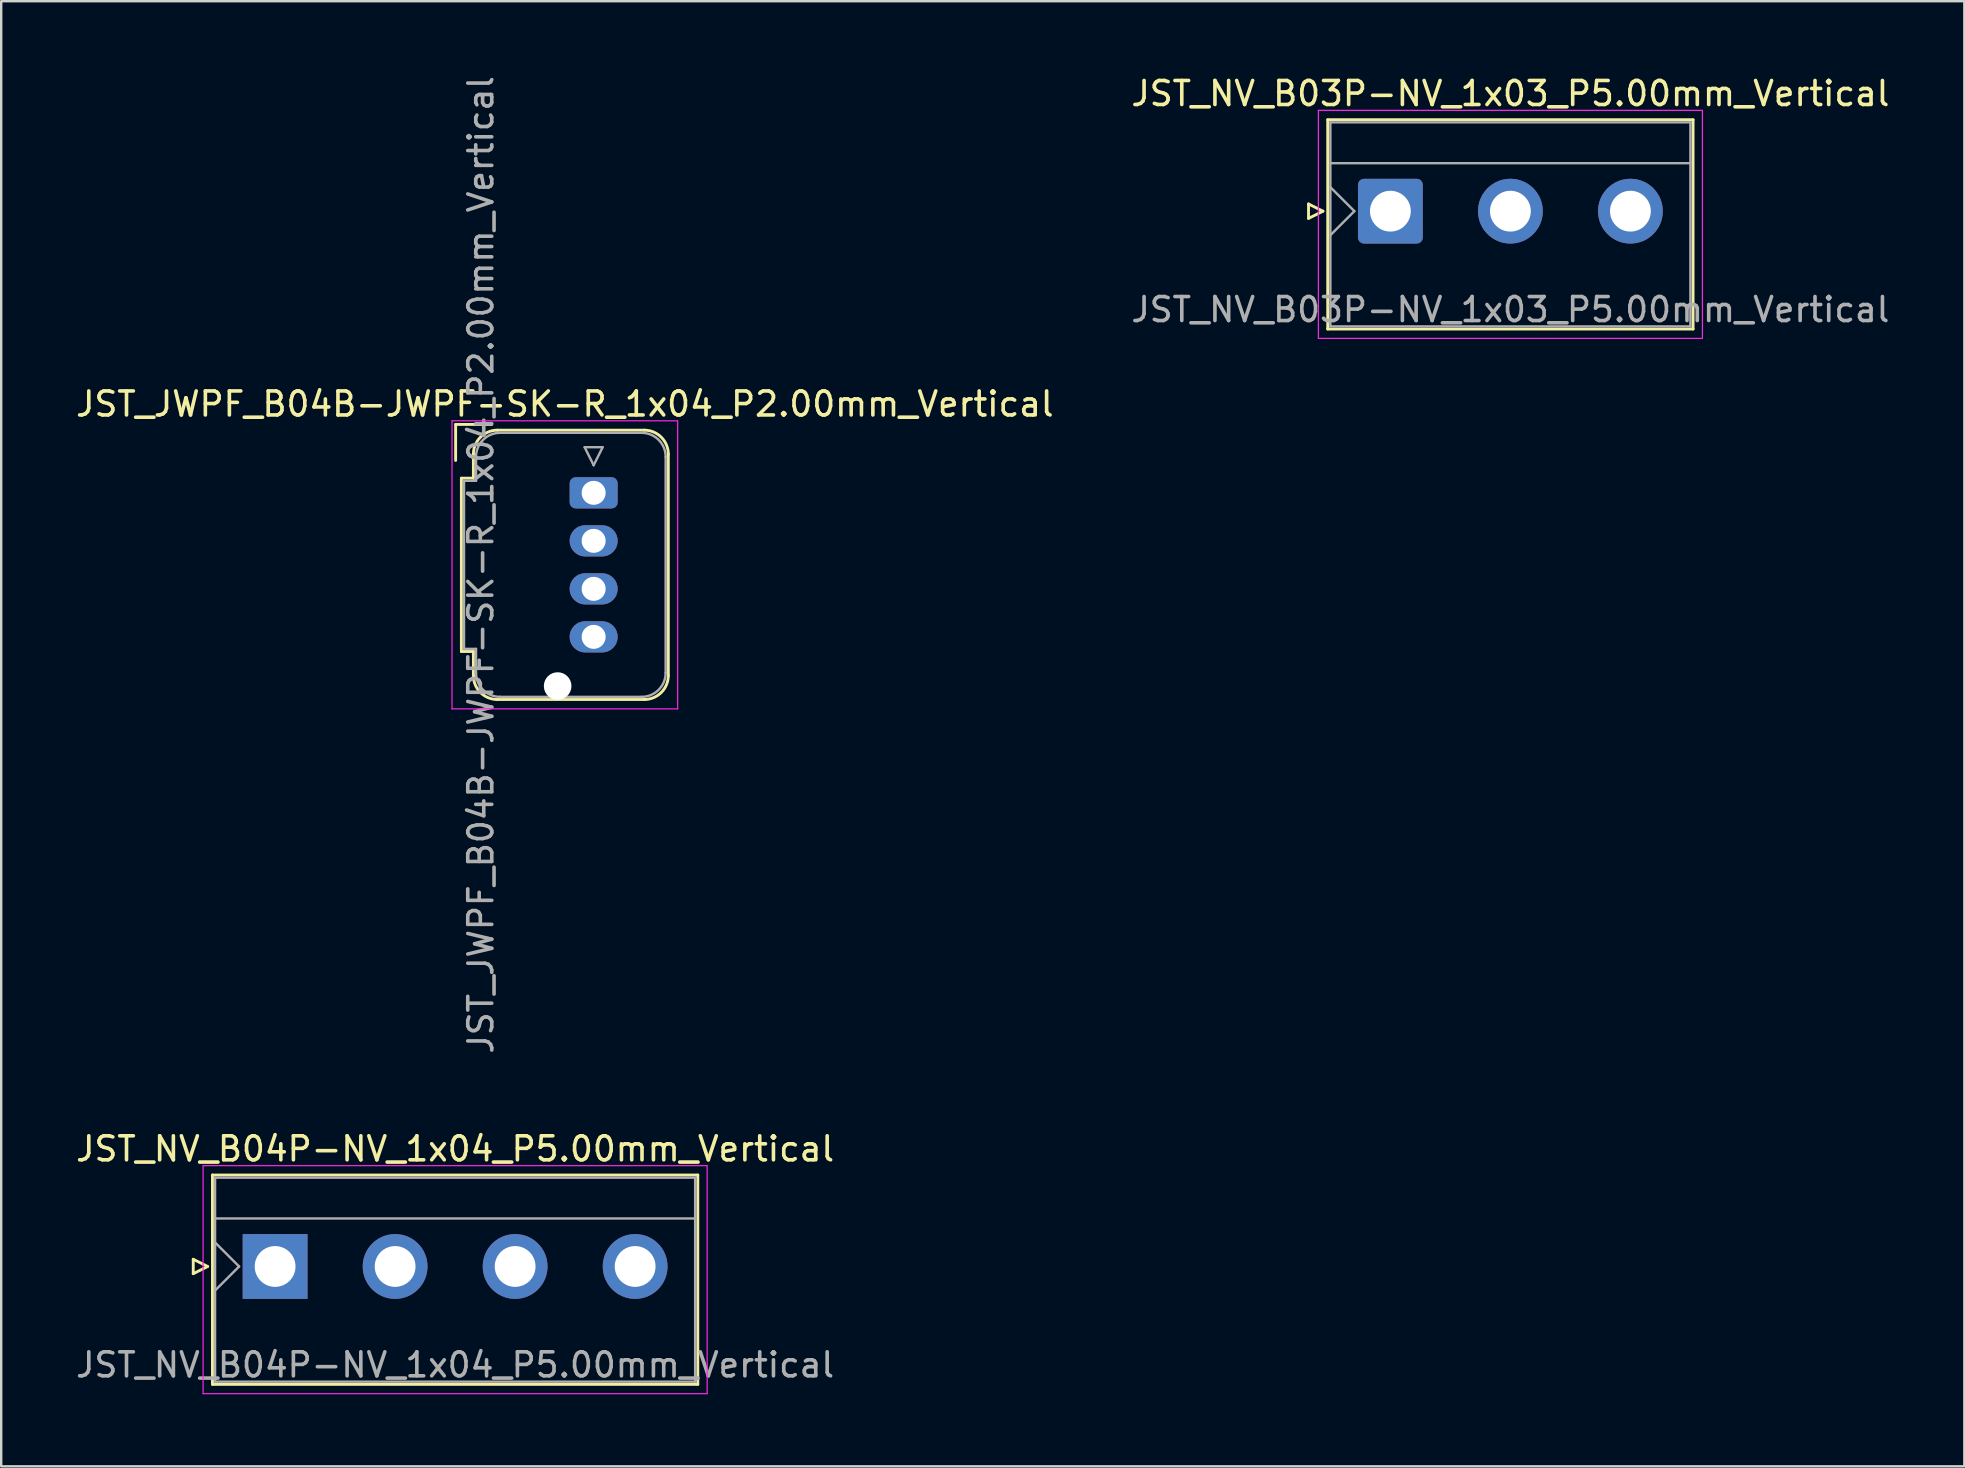
<source format=kicad_pcb>
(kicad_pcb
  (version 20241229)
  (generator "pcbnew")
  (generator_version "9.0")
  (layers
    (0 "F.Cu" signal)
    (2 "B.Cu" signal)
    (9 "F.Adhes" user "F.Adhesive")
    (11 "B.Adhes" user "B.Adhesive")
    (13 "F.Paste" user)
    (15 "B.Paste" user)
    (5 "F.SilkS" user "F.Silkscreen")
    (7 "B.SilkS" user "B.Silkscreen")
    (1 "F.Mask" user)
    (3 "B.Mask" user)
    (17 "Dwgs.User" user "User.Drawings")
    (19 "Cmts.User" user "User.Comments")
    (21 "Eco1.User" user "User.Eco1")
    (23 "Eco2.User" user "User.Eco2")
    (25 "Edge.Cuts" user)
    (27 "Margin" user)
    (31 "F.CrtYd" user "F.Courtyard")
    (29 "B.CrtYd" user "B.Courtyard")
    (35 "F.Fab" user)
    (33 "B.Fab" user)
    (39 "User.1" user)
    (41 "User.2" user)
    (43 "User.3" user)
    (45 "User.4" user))
  (footprint "JST_JWPF_B04B-JWPF-SK-R_1x04_P2.00mm_Vertical"
    (layer "F.Cu")
    (at 21.682 17.482)
    (property "Reference" "JST_JWPF_B04B-JWPF-SK-R_1x04_P2.00mm_Vertical" (at -1.2 -3.7 0) (layer "F.SilkS") (effects (font (size 1 1) (thickness 0.15))))
    (attr through_hole)
    (fp_line (start -5.75 -2.85) (end -4.25 -2.85) (stroke (width 0.12) (type solid)) (layer "F.SilkS"))
    (fp_line (start -5.75 -1.35) (end -5.75 -2.85) (stroke (width 0.12) (type solid)) (layer "F.SilkS"))
    (fp_line (start -5.51 -0.61) (end -5.51 6.61) (stroke (width 0.12) (type solid)) (layer "F.SilkS"))
    (fp_line (start -5.51 6.61) (end -5.01 6.61) (stroke (width 0.12) (type solid)) (layer "F.SilkS"))
    (fp_line (start -5.01 -1.61) (end -5.01 -0.61) (stroke (width 0.12) (type solid)) (layer "F.SilkS"))
    (fp_line (start -5.01 -0.61) (end -5.51 -0.61) (stroke (width 0.12) (type solid)) (layer "F.SilkS"))
    (fp_line (start -5.01 6.61) (end -5.01 7.61) (stroke (width 0.12) (type solid)) (layer "F.SilkS"))
    (fp_line (start -4.01 -2.61) (end 2.11 -2.61) (stroke (width 0.12) (type solid)) (layer "F.SilkS"))
    (fp_line (start -4.01 8.61) (end 2.11 8.61) (stroke (width 0.12) (type solid)) (layer "F.SilkS"))
    (fp_line (start 3.11 -1.61) (end 3.11 7.61) (stroke (width 0.12) (type solid)) (layer "F.SilkS"))
    (fp_arc (start -5.01 -1.61) (mid -4.717107 -2.317107) (end -4.01 -2.61) (stroke (width 0.12) (type solid)) (layer "F.SilkS"))
    (fp_arc (start -4.01 8.61) (mid -4.717107 8.317107) (end -5.01 7.61) (stroke (width 0.12) (type solid)) (layer "F.SilkS"))
    (fp_arc (start 2.11 -2.61) (mid 2.817107 -2.317107) (end 3.11 -1.61) (stroke (width 0.12) (type solid)) (layer "F.SilkS"))
    (fp_arc (start 3.11 7.61) (mid 2.817107 8.317107) (end 2.11 8.61) (stroke (width 0.12) (type solid)) (layer "F.SilkS"))
    (fp_line (start -5.9 -3) (end -5.9 9) (stroke (width 0.05) (type solid)) (layer "F.CrtYd"))
    (fp_line (start -5.9 9) (end 3.5 9) (stroke (width 0.05) (type solid)) (layer "F.CrtYd"))
    (fp_line (start 3.5 -3) (end -5.9 -3) (stroke (width 0.05) (type solid)) (layer "F.CrtYd"))
    (fp_line (start 3.5 9) (end 3.5 -3) (stroke (width 0.05) (type solid)) (layer "F.CrtYd"))
    (fp_line (start -5.4 -0.5) (end -5.4 6.5) (stroke (width 0.1) (type solid)) (layer "F.Fab"))
    (fp_line (start -5.4 6.5) (end -4.9 6.5) (stroke (width 0.1) (type solid)) (layer "F.Fab"))
    (fp_line (start -4.9 -1.5) (end -4.9 -0.5) (stroke (width 0.1) (type solid)) (layer "F.Fab"))
    (fp_line (start -4.9 -0.5) (end -5.4 -0.5) (stroke (width 0.1) (type solid)) (layer "F.Fab"))
    (fp_line (start -4.9 6.5) (end -4.9 7.5) (stroke (width 0.1) (type solid)) (layer "F.Fab"))
    (fp_line (start -3.9 -2.5) (end 2 -2.5) (stroke (width 0.1) (type solid)) (layer "F.Fab"))
    (fp_line (start -3.9 8.5) (end 2 8.5) (stroke (width 0.1) (type solid)) (layer "F.Fab"))
    (fp_line (start -0.375 -1.9) (end 0.375 -1.9) (stroke (width 0.1) (type solid)) (layer "F.Fab"))
    (fp_line (start 0 -1.15) (end -0.375 -1.9) (stroke (width 0.1) (type solid)) (layer "F.Fab"))
    (fp_line (start 0.375 -1.9) (end 0 -1.15) (stroke (width 0.1) (type solid)) (layer "F.Fab"))
    (fp_line (start 3 -1.5) (end 3 7.5) (stroke (width 0.1) (type solid)) (layer "F.Fab"))
    (fp_arc (start -4.9 -1.5) (mid -4.607107 -2.207107) (end -3.9 -2.5) (stroke (width 0.1) (type solid)) (layer "F.Fab"))
    (fp_arc (start -3.9 8.5) (mid -4.607107 8.207107) (end -4.9 7.5) (stroke (width 0.1) (type solid)) (layer "F.Fab"))
    (fp_arc (start 2 -2.5) (mid 2.707107 -2.207107) (end 3 -1.5) (stroke (width 0.1) (type solid)) (layer "F.Fab"))
    (fp_arc (start 3 7.5) (mid 2.707107 8.207107) (end 2 8.5) (stroke (width 0.1) (type solid)) (layer "F.Fab"))
    (fp_text user "${REFERENCE}" (at -4.7 3 90) (layer "F.Fab") (effects (font (size 1 1) (thickness 0.15))))
    (pad "" np_thru_hole circle (at -1.5 8.05) (size 1.15 1.15) (drill 1.15) (layers "*.Cu" "*.Mask"))
    (pad "1" thru_hole roundrect (at 0 0) (size 2 1.3) (drill 1) (layers "*.Cu" "*.Mask") (roundrect_rratio 0.192))
    (pad "2" thru_hole oval (at 0 2) (size 2 1.3) (drill 1) (layers "*.Cu" "*.Mask"))
    (pad "3" thru_hole oval (at 0 4) (size 2 1.3) (drill 1) (layers "*.Cu" "*.Mask"))
    (pad "4" thru_hole oval (at 0 6) (size 2 1.3) (drill 1) (layers "*.Cu" "*.Mask")))
  (footprint "JST_NV_B04P-NV_1x04_P5.00mm_Vertical"
    (layer "F.Cu")
    (at 8.411 49.713)
    (property "Reference" "JST_NV_B04P-NV_1x04_P5.00mm_Vertical" (at 7.5 -4.9 0) (layer "F.SilkS") (effects (font (size 1 1) (thickness 0.15))))
    (attr through_hole)
    (fp_line (start -3.41 -0.3) (end -2.81 0) (stroke (width 0.12) (type solid)) (layer "F.SilkS"))
    (fp_line (start -3.41 0.3) (end -3.41 -0.3) (stroke (width 0.12) (type solid)) (layer "F.SilkS"))
    (fp_line (start -2.81 0) (end -3.41 0.3) (stroke (width 0.12) (type solid)) (layer "F.SilkS"))
    (fp_line (start -2.61 -3.81) (end -2.61 4.91) (stroke (width 0.12) (type solid)) (layer "F.SilkS"))
    (fp_line (start -2.61 4.91) (end 17.61 4.91) (stroke (width 0.12) (type solid)) (layer "F.SilkS"))
    (fp_line (start 17.61 -3.81) (end -2.61 -3.81) (stroke (width 0.12) (type solid)) (layer "F.SilkS"))
    (fp_line (start 17.61 4.91) (end 17.61 -3.81) (stroke (width 0.12) (type solid)) (layer "F.SilkS"))
    (fp_line (start -3 -4.2) (end -3 5.3) (stroke (width 0.05) (type solid)) (layer "F.CrtYd"))
    (fp_line (start -3 5.3) (end 18 5.3) (stroke (width 0.05) (type solid)) (layer "F.CrtYd"))
    (fp_line (start 18 -4.2) (end -3 -4.2) (stroke (width 0.05) (type solid)) (layer "F.CrtYd"))
    (fp_line (start 18 5.3) (end 18 -4.2) (stroke (width 0.05) (type solid)) (layer "F.CrtYd"))
    (fp_line (start -2.5 -3.7) (end -2.5 4.8) (stroke (width 0.1) (type solid)) (layer "F.Fab"))
    (fp_line (start -2.5 -2) (end 17.5 -2) (stroke (width 0.1) (type solid)) (layer "F.Fab"))
    (fp_line (start -2.5 -1) (end -1.5 0) (stroke (width 0.1) (type solid)) (layer "F.Fab"))
    (fp_line (start -2.5 1) (end -1.5 0) (stroke (width 0.1) (type solid)) (layer "F.Fab"))
    (fp_line (start -2.5 4.8) (end 17.5 4.8) (stroke (width 0.1) (type solid)) (layer "F.Fab"))
    (fp_line (start 17.5 -3.7) (end -2.5 -3.7) (stroke (width 0.1) (type solid)) (layer "F.Fab"))
    (fp_line (start 17.5 4.8) (end 17.5 -3.7) (stroke (width 0.1) (type solid)) (layer "F.Fab"))
    (fp_text user "${REFERENCE}" (at 7.5 4.1 0) (layer "F.Fab") (effects (font (size 1 1) (thickness 0.15))))
    (pad "1" thru_hole rect (at 0 0) (size 2.7 2.7) (drill 1.7) (layers "*.Cu" "*.Mask"))
    (pad "2" thru_hole circle (at 5 0) (size 2.7 2.7) (drill 1.7) (layers "*.Cu" "*.Mask"))
    (pad "3" thru_hole circle (at 10 0) (size 2.7 2.7) (drill 1.7) (layers "*.Cu" "*.Mask"))
    (pad "4" thru_hole circle (at 15 0) (size 2.7 2.7) (drill 1.7) (layers "*.Cu" "*.Mask")))
  (footprint "JST_NV_B03P-NV_1x03_P5.00mm_Vertical"
    (layer "F.Cu")
    (at 54.875 5.748)
    (property "Reference" "JST_NV_B03P-NV_1x03_P5.00mm_Vertical" (at 5 -4.9 0) (layer "F.SilkS") (effects (font (size 1 1) (thickness 0.15))))
    (attr through_hole)
    (fp_line (start -3.41 -0.3) (end -2.81 0) (stroke (width 0.12) (type solid)) (layer "F.SilkS"))
    (fp_line (start -3.41 0.3) (end -3.41 -0.3) (stroke (width 0.12) (type solid)) (layer "F.SilkS"))
    (fp_line (start -2.81 0) (end -3.41 0.3) (stroke (width 0.12) (type solid)) (layer "F.SilkS"))
    (fp_line (start -2.61 -3.81) (end -2.61 4.91) (stroke (width 0.12) (type solid)) (layer "F.SilkS"))
    (fp_line (start -2.61 4.91) (end 12.61 4.91) (stroke (width 0.12) (type solid)) (layer "F.SilkS"))
    (fp_line (start 12.61 -3.81) (end -2.61 -3.81) (stroke (width 0.12) (type solid)) (layer "F.SilkS"))
    (fp_line (start 12.61 4.91) (end 12.61 -3.81) (stroke (width 0.12) (type solid)) (layer "F.SilkS"))
    (fp_line (start -3 -4.2) (end -3 5.3) (stroke (width 0.05) (type solid)) (layer "F.CrtYd"))
    (fp_line (start -3 5.3) (end 13 5.3) (stroke (width 0.05) (type solid)) (layer "F.CrtYd"))
    (fp_line (start 13 -4.2) (end -3 -4.2) (stroke (width 0.05) (type solid)) (layer "F.CrtYd"))
    (fp_line (start 13 5.3) (end 13 -4.2) (stroke (width 0.05) (type solid)) (layer "F.CrtYd"))
    (fp_line (start -2.5 -3.7) (end -2.5 4.8) (stroke (width 0.1) (type solid)) (layer "F.Fab"))
    (fp_line (start -2.5 -2) (end 12.5 -2) (stroke (width 0.1) (type solid)) (layer "F.Fab"))
    (fp_line (start -2.5 -1) (end -1.5 0) (stroke (width 0.1) (type solid)) (layer "F.Fab"))
    (fp_line (start -2.5 1) (end -1.5 0) (stroke (width 0.1) (type solid)) (layer "F.Fab"))
    (fp_line (start -2.5 4.8) (end 12.5 4.8) (stroke (width 0.1) (type solid)) (layer "F.Fab"))
    (fp_line (start 12.5 -3.7) (end -2.5 -3.7) (stroke (width 0.1) (type solid)) (layer "F.Fab"))
    (fp_line (start 12.5 4.8) (end 12.5 -3.7) (stroke (width 0.1) (type solid)) (layer "F.Fab"))
    (fp_text user "${REFERENCE}" (at 5 4.1 0) (layer "F.Fab") (effects (font (size 1 1) (thickness 0.15))))
    (pad "1" thru_hole roundrect (at 0 0) (size 2.7 2.7) (drill 1.7) (layers "*.Cu" "*.Mask") (roundrect_rratio 0.093))
    (pad "2" thru_hole circle (at 5 0) (size 2.7 2.7) (drill 1.7) (layers "*.Cu" "*.Mask"))
    (pad "3" thru_hole circle (at 10 0) (size 2.7 2.7) (drill 1.7) (layers "*.Cu" "*.Mask")))
  (gr_rect
    (start -3 -3)
    (end 78.786 58.038)
    (stroke (width 0.1) (type default))
    (fill no)
    (layer "Edge.Cuts")))
</source>
